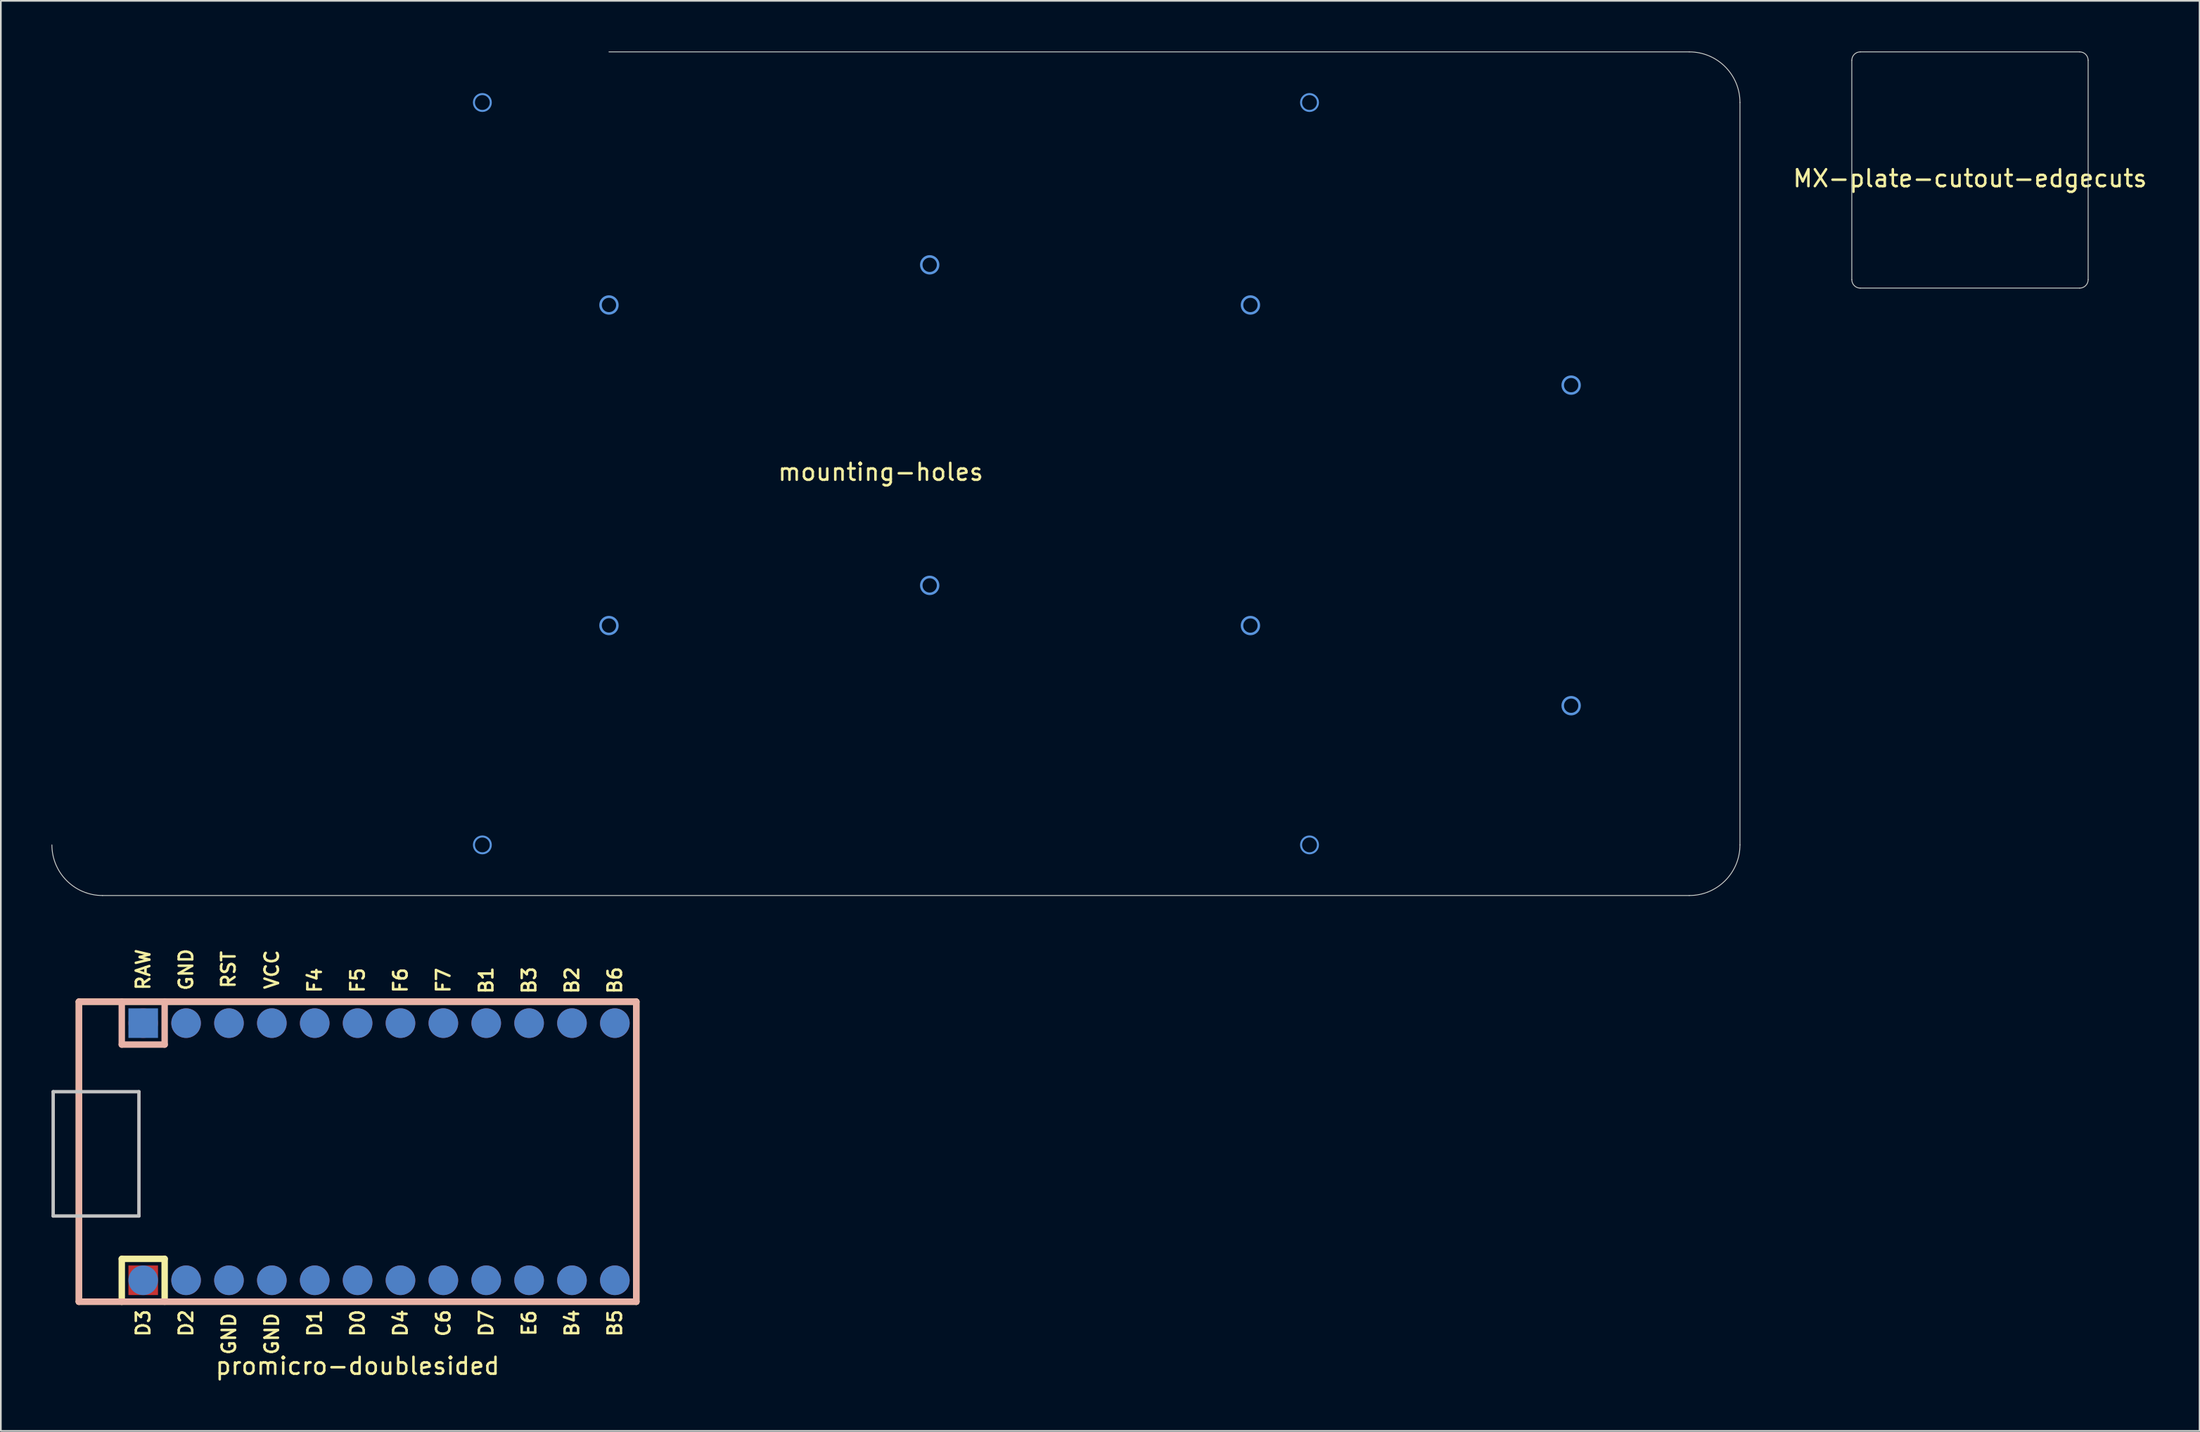
<source format=kicad_pcb>
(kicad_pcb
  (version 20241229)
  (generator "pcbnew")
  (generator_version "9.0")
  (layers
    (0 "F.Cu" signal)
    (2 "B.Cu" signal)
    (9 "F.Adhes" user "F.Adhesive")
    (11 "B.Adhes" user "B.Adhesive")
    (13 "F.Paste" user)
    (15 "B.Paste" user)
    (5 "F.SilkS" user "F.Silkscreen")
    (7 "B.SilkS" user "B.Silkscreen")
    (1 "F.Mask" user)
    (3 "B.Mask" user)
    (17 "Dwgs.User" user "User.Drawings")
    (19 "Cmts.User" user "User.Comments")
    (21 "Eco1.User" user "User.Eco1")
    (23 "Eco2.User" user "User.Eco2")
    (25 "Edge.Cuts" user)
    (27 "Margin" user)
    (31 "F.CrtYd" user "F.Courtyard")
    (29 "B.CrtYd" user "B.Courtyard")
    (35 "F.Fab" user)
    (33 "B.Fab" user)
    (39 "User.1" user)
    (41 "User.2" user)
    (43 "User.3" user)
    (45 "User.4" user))
  (footprint "promicro-doublesided"
    (layer "F.Cu")
    (at 18.134 65.209)
    (property "Reference" "promicro-doublesided" (at 0 12.7 0) (layer "F.SilkS") (effects (font (size 1 1) (thickness 0.15))))
    (attr through_hole)
    (fp_line (start -16.51 -8.89) (end -16.51 8.89) (stroke (width 0.381) (type solid)) (layer "F.SilkS"))
    (fp_line (start -16.51 8.89) (end -13.97 8.89) (stroke (width 0.381) (type solid)) (layer "F.SilkS"))
    (fp_line (start -13.97 -8.89) (end -16.51 -8.89) (stroke (width 0.381) (type solid)) (layer "F.SilkS"))
    (fp_line (start -13.97 6.35) (end -13.97 8.89) (stroke (width 0.381) (type solid)) (layer "F.SilkS"))
    (fp_line (start -13.97 6.35) (end -11.43 6.35) (stroke (width 0.381) (type solid)) (layer "F.SilkS"))
    (fp_line (start -13.97 8.89) (end 16.51 8.89) (stroke (width 0.381) (type solid)) (layer "F.SilkS"))
    (fp_line (start -11.43 6.35) (end -11.43 8.89) (stroke (width 0.381) (type solid)) (layer "F.SilkS"))
    (fp_line (start 16.51 -8.89) (end -13.97 -8.89) (stroke (width 0.381) (type solid)) (layer "F.SilkS"))
    (fp_line (start 16.51 8.89) (end 16.51 -8.89) (stroke (width 0.381) (type solid)) (layer "F.SilkS"))
    (fp_line (start -16.51 -8.89) (end -16.51 8.89) (stroke (width 0.381) (type solid)) (layer "B.SilkS"))
    (fp_line (start -16.51 8.89) (end 16.51 8.89) (stroke (width 0.381) (type solid)) (layer "B.SilkS"))
    (fp_line (start -13.97 -6.35) (end -13.97 -8.89) (stroke (width 0.381) (type solid)) (layer "B.SilkS"))
    (fp_line (start -11.43 -6.35) (end -13.97 -6.35) (stroke (width 0.381) (type solid)) (layer "B.SilkS"))
    (fp_line (start -11.43 -6.35) (end -11.43 -8.89) (stroke (width 0.381) (type solid)) (layer "B.SilkS"))
    (fp_line (start 16.51 -8.89) (end -16.51 -8.89) (stroke (width 0.381) (type solid)) (layer "B.SilkS"))
    (fp_line (start 16.51 8.89) (end 16.51 -8.89) (stroke (width 0.381) (type solid)) (layer "B.SilkS"))
    (fp_line (start -18.034 -3.556) (end -12.954 -3.556) (stroke (width 0.2) (type solid)) (layer "Dwgs.User"))
    (fp_line (start -18.034 3.81) (end -18.034 -3.556) (stroke (width 0.2) (type solid)) (layer "Dwgs.User"))
    (fp_line (start -12.954 -3.556) (end -12.954 3.81) (stroke (width 0.2) (type solid)) (layer "Dwgs.User"))
    (fp_line (start -12.954 3.81) (end -18.034 3.81) (stroke (width 0.2) (type solid)) (layer "Dwgs.User"))
    (fp_text user "B2" (at 12.7 -10.16 90) (layer "F.SilkS") (effects (font (size 0.8 0.8) (thickness 0.15))))
    (fp_text user "RST" (at -7.65 -10.795 90) (layer "F.SilkS") (effects (font (size 0.8 0.8) (thickness 0.15))))
    (fp_text user "B3" (at 10.16 -10.16 90) (layer "F.SilkS") (effects (font (size 0.8 0.8) (thickness 0.15))))
    (fp_text user "D3" (at -12.7 10.16 90) (layer "F.SilkS") (effects (font (size 0.8 0.8) (thickness 0.15))))
    (fp_text user "D7" (at 7.62 10.16 90) (layer "F.SilkS") (effects (font (size 0.8 0.8) (thickness 0.15))))
    (fp_text user "D0" (at 0 10.16 90) (layer "F.SilkS") (effects (font (size 0.8 0.8) (thickness 0.15))))
    (fp_text user "D4" (at 2.54 10.16 90) (layer "F.SilkS") (effects (font (size 0.8 0.8) (thickness 0.15))))
    (fp_text user "GND" (at -10.16 -10.795 90) (layer "F.SilkS") (effects (font (size 0.8 0.8) (thickness 0.15))))
    (fp_text user "B5" (at 15.24 10.16 90) (layer "F.SilkS") (effects (font (size 0.8 0.8) (thickness 0.15))))
    (fp_text user "B4" (at 12.7 10.16 90) (layer "F.SilkS") (effects (font (size 0.8 0.8) (thickness 0.15))))
    (fp_text user "GND" (at -5.08 10.795 90) (layer "F.SilkS") (effects (font (size 0.8 0.8) (thickness 0.15))))
    (fp_text user "F4" (at -2.54 -10.16 90) (layer "F.SilkS") (effects (font (size 0.8 0.8) (thickness 0.15))))
    (fp_text user "E6" (at 10.16 10.16 90) (layer "F.SilkS") (effects (font (size 0.8 0.8) (thickness 0.15))))
    (fp_text user "B6" (at 15.24 -10.16 90) (layer "F.SilkS") (effects (font (size 0.8 0.8) (thickness 0.15))))
    (fp_text user "F7" (at 5.08 -10.16 90) (layer "F.SilkS") (effects (font (size 0.8 0.8) (thickness 0.15))))
    (fp_text user "D2" (at -10.16 10.16 90) (layer "F.SilkS") (effects (font (size 0.8 0.8) (thickness 0.15))))
    (fp_text user "F6" (at 2.54 -10.16 90) (layer "F.SilkS") (effects (font (size 0.8 0.8) (thickness 0.15))))
    (fp_text user "F5" (at 0 -10.16 90) (layer "F.SilkS") (effects (font (size 0.8 0.8) (thickness 0.15))))
    (fp_text user "C6" (at 5.08 10.16 90) (layer "F.SilkS") (effects (font (size 0.8 0.8) (thickness 0.15))))
    (fp_text user "VCC" (at -5.08 -10.795 90) (layer "F.SilkS") (effects (font (size 0.8 0.8) (thickness 0.15))))
    (fp_text user "D1" (at -2.54 10.16 90) (layer "F.SilkS") (effects (font (size 0.8 0.8) (thickness 0.15))))
    (fp_text user "GND" (at -7.62 10.795 90) (layer "F.SilkS") (effects (font (size 0.8 0.8) (thickness 0.15))))
    (fp_text user "RAW" (at -12.7 -10.795 90) (layer "F.SilkS") (effects (font (size 0.8 0.8) (thickness 0.15))))
    (fp_text user "B1" (at 7.62 -10.16 90) (layer "F.SilkS") (effects (font (size 0.8 0.8) (thickness 0.15))))
    (pad "1" smd rect (at -12.7 -7.62) (size 1.753 1.753) (layers "B.Cu" "B.Mask"))
    (pad "1" smd rect (at -12.7 7.62) (size 1.753 1.753) (layers "F.Cu" "F.Mask"))
    (pad "2" smd circle (at -10.16 -7.62) (size 1.753 1.753) (layers "B.Cu" "B.Mask"))
    (pad "2" smd circle (at -10.16 7.62) (size 1.753 1.753) (layers "F.Cu" "F.Mask"))
    (pad "3" smd circle (at -7.62 -7.62) (size 1.753 1.753) (layers "B.Cu" "B.Mask"))
    (pad "3" smd circle (at -7.62 7.62) (size 1.753 1.753) (layers "F.Cu" "F.Mask"))
    (pad "4" smd circle (at -5.08 -7.62) (size 1.753 1.753) (layers "B.Cu" "B.Mask"))
    (pad "4" smd circle (at -5.08 7.62) (size 1.753 1.753) (layers "F.Cu" "F.Mask"))
    (pad "5" smd circle (at -2.54 -7.62) (size 1.753 1.753) (layers "B.Cu" "B.Mask"))
    (pad "5" smd circle (at -2.54 7.62) (size 1.753 1.753) (layers "F.Cu" "F.Mask"))
    (pad "6" smd circle (at 0 -7.62) (size 1.753 1.753) (layers "B.Cu" "B.Mask"))
    (pad "6" smd circle (at 0 7.62) (size 1.753 1.753) (layers "F.Cu" "F.Mask"))
    (pad "7" smd circle (at 2.54 -7.62) (size 1.753 1.753) (layers "B.Cu" "B.Mask"))
    (pad "7" smd circle (at 2.54 7.62) (size 1.753 1.753) (layers "F.Cu" "F.Mask"))
    (pad "8" smd circle (at 5.08 -7.62) (size 1.753 1.753) (layers "B.Cu" "B.Mask"))
    (pad "8" smd circle (at 5.08 7.62) (size 1.753 1.753) (layers "F.Cu" "F.Mask"))
    (pad "9" smd circle (at 7.62 -7.62) (size 1.753 1.753) (layers "B.Cu" "B.Mask"))
    (pad "9" smd circle (at 7.62 7.62) (size 1.753 1.753) (layers "F.Cu" "F.Mask"))
    (pad "10" smd circle (at 10.16 -7.62) (size 1.753 1.753) (layers "B.Cu" "B.Mask"))
    (pad "10" smd circle (at 10.16 7.62) (size 1.753 1.753) (layers "F.Cu" "F.Mask"))
    (pad "11" smd circle (at 12.7 -7.62) (size 1.753 1.753) (layers "B.Cu" "B.Mask"))
    (pad "11" smd circle (at 12.7 7.62) (size 1.753 1.753) (layers "F.Cu" "F.Mask"))
    (pad "12" smd circle (at 15.24 -7.62) (size 1.753 1.753) (layers "B.Cu" "B.Mask"))
    (pad "12" smd circle (at 15.24 7.62) (size 1.753 1.753) (layers "F.Cu" "F.Mask"))
    (pad "13" smd circle (at 15.24 -7.62) (size 1.753 1.753) (layers "F.Cu" "F.Mask"))
    (pad "13" smd circle (at 15.24 7.62) (size 1.753 1.753) (layers "B.Cu" "B.Mask"))
    (pad "14" smd circle (at 12.7 -7.62) (size 1.753 1.753) (layers "F.Cu" "F.Mask"))
    (pad "14" smd circle (at 12.7 7.62) (size 1.753 1.753) (layers "B.Cu" "B.Mask"))
    (pad "15" smd circle (at 10.16 -7.62) (size 1.753 1.753) (layers "F.Cu" "F.Mask"))
    (pad "15" smd circle (at 10.16 7.62) (size 1.753 1.753) (layers "B.Cu" "B.Mask"))
    (pad "16" smd circle (at 7.62 -7.62) (size 1.753 1.753) (layers "F.Cu" "F.Mask"))
    (pad "16" smd circle (at 7.62 7.62) (size 1.753 1.753) (layers "B.Cu" "B.Mask"))
    (pad "17" smd circle (at 5.08 -7.62) (size 1.753 1.753) (layers "F.Cu" "F.Mask"))
    (pad "17" smd circle (at 5.08 7.62) (size 1.753 1.753) (layers "B.Cu" "B.Mask"))
    (pad "18" smd circle (at 2.54 -7.62) (size 1.753 1.753) (layers "F.Cu" "F.Mask"))
    (pad "18" smd circle (at 2.54 7.62) (size 1.753 1.753) (layers "B.Cu" "B.Mask"))
    (pad "19" smd circle (at 0 -7.62) (size 1.753 1.753) (layers "F.Cu" "F.Mask"))
    (pad "19" smd circle (at 0 7.62) (size 1.753 1.753) (layers "B.Cu" "B.Mask"))
    (pad "20" smd circle (at -2.54 -7.62) (size 1.753 1.753) (layers "F.Cu" "F.Mask"))
    (pad "20" smd circle (at -2.54 7.62) (size 1.753 1.753) (layers "B.Cu" "B.Mask"))
    (pad "21" smd circle (at -5.08 -7.62) (size 1.753 1.753) (layers "F.Cu" "F.Mask"))
    (pad "21" smd circle (at -5.08 7.62) (size 1.753 1.753) (layers "B.Cu" "B.Mask"))
    (pad "22" smd circle (at -7.62 -7.62) (size 1.753 1.753) (layers "F.Cu" "F.Mask"))
    (pad "22" smd circle (at -7.62 7.62) (size 1.753 1.753) (layers "B.Cu" "B.Mask"))
    (pad "23" smd circle (at -10.16 -7.62) (size 1.753 1.753) (layers "F.Cu" "F.Mask"))
    (pad "23" smd circle (at -10.16 7.62) (size 1.753 1.753) (layers "B.Cu" "B.Mask"))
    (pad "24" smd circle (at -12.7 -7.62) (size 1.753 1.753) (layers "F.Cu" "F.Mask"))
    (pad "24" smd circle (at -12.7 7.62) (size 1.753 1.753) (layers "B.Cu" "B.Mask")))
  (footprint "mounting-holes"
    (layer "F.Cu")
    (at 50.025 25.025)
    (property "Reference" "mounting-holes" (at -0.902 -0.099 0) (layer "F.SilkS") (effects (font (size 1 1) (thickness 0.15))))
    (attr through_hole)
    (fp_circle (center -24.5 -22) (end -24.5 -21.5) (stroke (width 0.12) (type solid)) (fill no) (layer "Cmts.User"))
    (fp_circle (center -24.5 22) (end -24.5 22.5) (stroke (width 0.12) (type solid)) (fill no) (layer "Cmts.User"))
    (fp_circle (center -17 -10) (end -17 -9.5) (stroke (width 0.15) (type solid)) (fill no) (layer "Cmts.User"))
    (fp_circle (center -17 9) (end -17 9.5) (stroke (width 0.15) (type solid)) (fill no) (layer "Cmts.User"))
    (fp_circle (center 2 -12.38) (end 2 -11.88) (stroke (width 0.15) (type solid)) (fill no) (layer "Cmts.User"))
    (fp_circle (center 2 6.62) (end 2 7.12) (stroke (width 0.15) (type solid)) (fill no) (layer "Cmts.User"))
    (fp_circle (center 21 -10) (end 21 -9.5) (stroke (width 0.15) (type solid)) (fill no) (layer "Cmts.User"))
    (fp_circle (center 21 9) (end 21 9.5) (stroke (width 0.15) (type solid)) (fill no) (layer "Cmts.User"))
    (fp_circle (center 24.5 -22) (end 24.5 -21.5) (stroke (width 0.12) (type solid)) (fill no) (layer "Cmts.User"))
    (fp_circle (center 24.5 22) (end 24.5 22.5) (stroke (width 0.12) (type solid)) (fill no) (layer "Cmts.User"))
    (fp_circle (center 40 -5.25) (end 40 -4.75) (stroke (width 0.15) (type solid)) (fill no) (layer "Cmts.User"))
    (fp_circle (center 40 13.75) (end 40 14.25) (stroke (width 0.15) (type solid)) (fill no) (layer "Cmts.User"))
    (fp_line (start -17 -25) (end 47 -25) (stroke (width 0.05) (type solid)) (layer "Edge.Cuts"))
    (fp_line (start 47 25) (end -47 25) (stroke (width 0.05) (type solid)) (layer "Edge.Cuts"))
    (fp_line (start 50 -22) (end 50 22) (stroke (width 0.05) (type solid)) (layer "Edge.Cuts"))
    (fp_arc (start -47 25) (mid -49.12132 24.12132) (end -50 22) (stroke (width 0.05) (type solid)) (layer "Edge.Cuts"))
    (fp_arc (start 47 -25) (mid 49.12132 -24.12132) (end 50 -22) (stroke (width 0.05) (type solid)) (layer "Edge.Cuts"))
    (fp_arc (start 50 22) (mid 49.12132 24.12132) (end 47 25) (stroke (width 0.05) (type solid)) (layer "Edge.Cuts")))
  (footprint "MX-plate-cutout-edgecuts"
    (layer "F.Cu")
    (at 113.651 7.025)
    (property "Reference" "MX-plate-cutout-edgecuts" (at 0 0.5 0) (layer "F.SilkS") (effects (font (size 1 1) (thickness 0.15))))
    (attr through_hole)
    (fp_line (start -7 6.5) (end -7 -6.5) (stroke (width 0.05) (type solid)) (layer "Edge.Cuts"))
    (fp_line (start -6.5 -7) (end 6.5 -7) (stroke (width 0.05) (type solid)) (layer "Edge.Cuts"))
    (fp_line (start 6.5 7) (end -6.5 7) (stroke (width 0.05) (type solid)) (layer "Edge.Cuts"))
    (fp_line (start 7 -6.5) (end 7 6.5) (stroke (width 0.05) (type solid)) (layer "Edge.Cuts"))
    (fp_arc (start -7 -6.5) (mid -6.853553 -6.853553) (end -6.5 -7) (stroke (width 0.05) (type solid)) (layer "Edge.Cuts"))
    (fp_arc (start -6.5 7) (mid -6.853553 6.853553) (end -7 6.5) (stroke (width 0.05) (type solid)) (layer "Edge.Cuts"))
    (fp_arc (start 6.5 -7) (mid 6.853553 -6.853553) (end 7 -6.5) (stroke (width 0.05) (type solid)) (layer "Edge.Cuts"))
    (fp_arc (start 7 6.5) (mid 6.853553 6.853553) (end 6.5 7) (stroke (width 0.05) (type solid)) (layer "Edge.Cuts")))
  (gr_rect
    (start -3 -3)
    (end 127.252 81.757)
    (stroke (width 0.1) (type default))
    (fill no)
    (layer "Edge.Cuts")))
</source>
